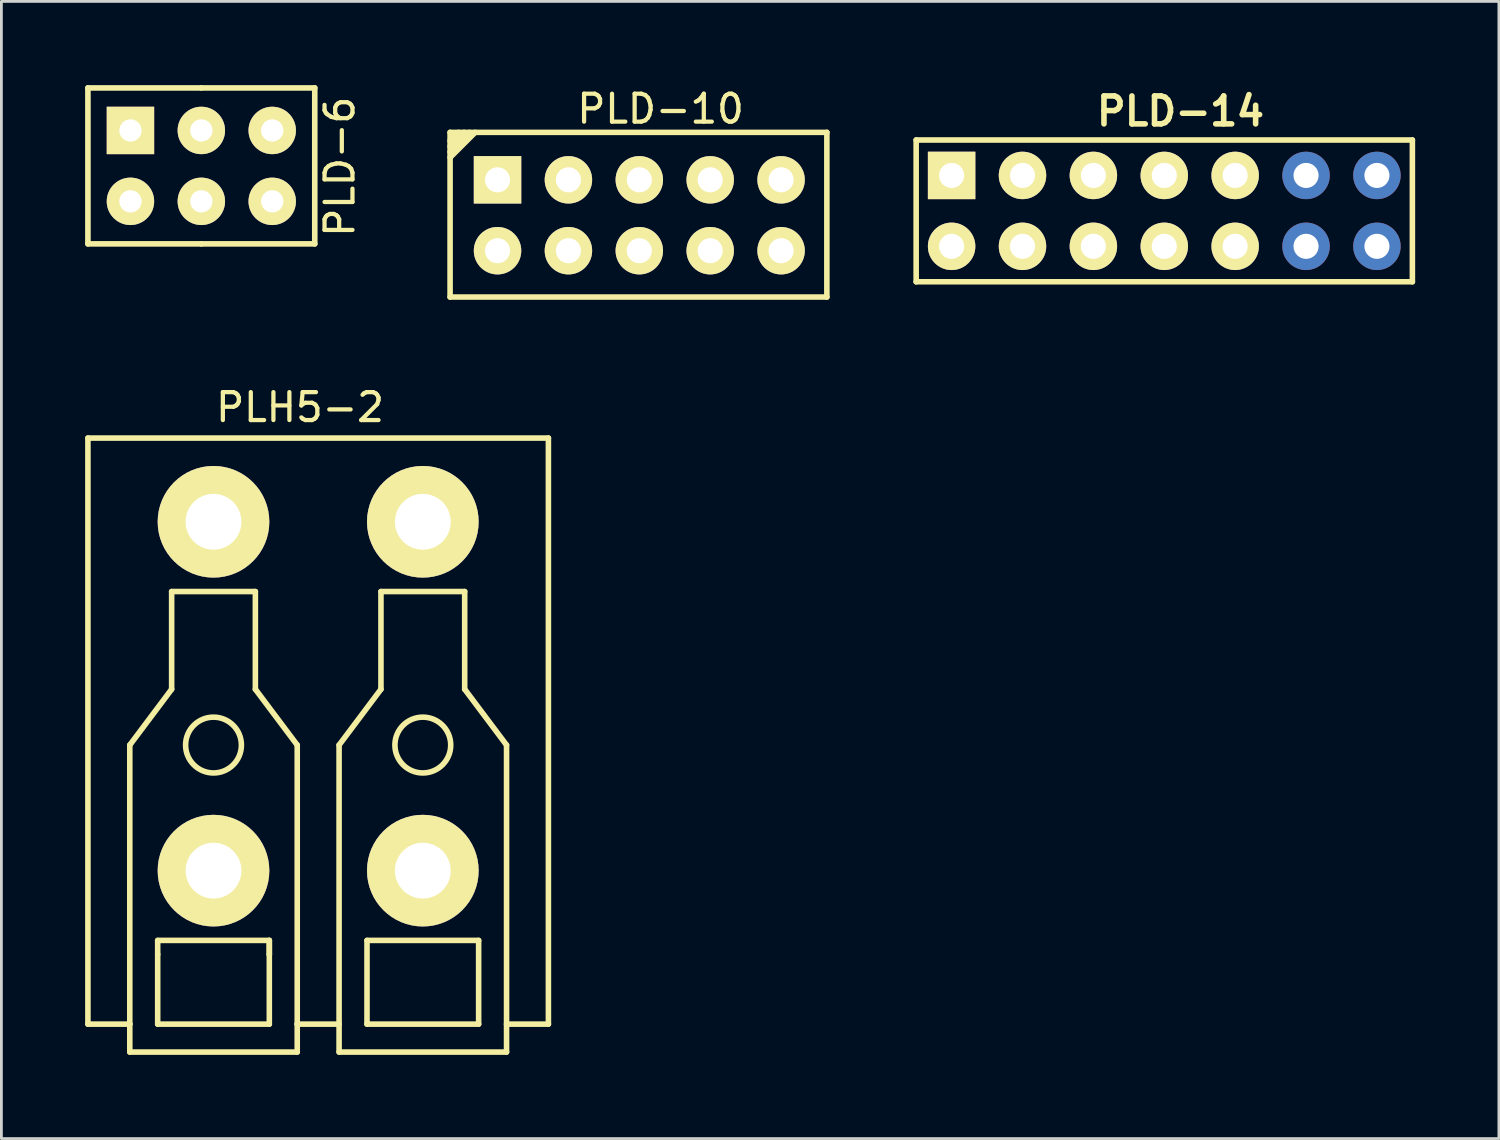
<source format=kicad_pcb>
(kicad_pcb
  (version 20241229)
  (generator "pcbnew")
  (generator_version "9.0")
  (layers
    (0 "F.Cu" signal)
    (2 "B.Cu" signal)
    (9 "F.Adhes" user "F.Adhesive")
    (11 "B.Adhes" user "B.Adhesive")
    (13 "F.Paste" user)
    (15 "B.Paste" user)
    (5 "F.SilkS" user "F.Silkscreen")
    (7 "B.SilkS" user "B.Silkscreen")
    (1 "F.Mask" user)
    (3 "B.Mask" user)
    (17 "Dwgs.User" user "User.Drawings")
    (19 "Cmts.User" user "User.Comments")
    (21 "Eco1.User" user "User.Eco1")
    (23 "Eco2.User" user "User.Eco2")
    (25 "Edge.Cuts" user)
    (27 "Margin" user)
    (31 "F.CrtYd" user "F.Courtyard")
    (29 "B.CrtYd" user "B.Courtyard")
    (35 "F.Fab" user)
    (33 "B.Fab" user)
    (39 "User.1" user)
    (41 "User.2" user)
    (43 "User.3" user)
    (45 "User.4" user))
  (footprint "PLH5-2"
    (layer "F.Cu")
    (at 4.6 15.646)
    (property "Reference" "PLH5-2" (at 3.1 -4.1 0) (layer "F.SilkS") (effects (font (size 1.001 1.001) (thickness 0.152))))
    (attr through_hole)
    (fp_line (start -4.5 -3) (end -4.5 18) (stroke (width 0.2) (type solid)) (layer "F.SilkS"))
    (fp_line (start -4.5 -3) (end 12 -3) (stroke (width 0.2) (type solid)) (layer "F.SilkS"))
    (fp_line (start -4.5 18) (end -3 18) (stroke (width 0.2) (type solid)) (layer "F.SilkS"))
    (fp_line (start -3 8) (end -1.5 6) (stroke (width 0.2) (type solid)) (layer "F.SilkS"))
    (fp_line (start -3 18) (end -3 8) (stroke (width 0.2) (type solid)) (layer "F.SilkS"))
    (fp_line (start -3 18) (end -3 19) (stroke (width 0.2) (type solid)) (layer "F.SilkS"))
    (fp_line (start -3 19) (end 3 19) (stroke (width 0.2) (type solid)) (layer "F.SilkS"))
    (fp_line (start -2 15) (end 2 15) (stroke (width 0.2) (type solid)) (layer "F.SilkS"))
    (fp_line (start -2 15.5) (end -2 15) (stroke (width 0.2) (type solid)) (layer "F.SilkS"))
    (fp_line (start -2 18) (end -2 15.5) (stroke (width 0.2) (type solid)) (layer "F.SilkS"))
    (fp_line (start -2 18) (end 2 18) (stroke (width 0.2) (type solid)) (layer "F.SilkS"))
    (fp_line (start -1.5 2.5) (end 1.5 2.5) (stroke (width 0.2) (type solid)) (layer "F.SilkS"))
    (fp_line (start -1.5 6) (end -1.5 2.5) (stroke (width 0.2) (type solid)) (layer "F.SilkS"))
    (fp_line (start 1.5 2.5) (end 1.5 6) (stroke (width 0.2) (type solid)) (layer "F.SilkS"))
    (fp_line (start 1.5 6) (end 3 8) (stroke (width 0.2) (type solid)) (layer "F.SilkS"))
    (fp_line (start 2 15) (end 2 15.5) (stroke (width 0.2) (type solid)) (layer "F.SilkS"))
    (fp_line (start 2 15.5) (end 2 15) (stroke (width 0.2) (type solid)) (layer "F.SilkS"))
    (fp_line (start 2 15.5) (end 2 18) (stroke (width 0.2) (type solid)) (layer "F.SilkS"))
    (fp_line (start 3 8) (end 3 18) (stroke (width 0.2) (type solid)) (layer "F.SilkS"))
    (fp_line (start 3 18) (end 4.5 18) (stroke (width 0.2) (type solid)) (layer "F.SilkS"))
    (fp_line (start 3 19) (end 3 18) (stroke (width 0.2) (type solid)) (layer "F.SilkS"))
    (fp_line (start 4.5 8) (end 4.5 19) (stroke (width 0.2) (type solid)) (layer "F.SilkS"))
    (fp_line (start 4.5 8) (end 6 6) (stroke (width 0.2) (type solid)) (layer "F.SilkS"))
    (fp_line (start 4.5 19) (end 10.5 19) (stroke (width 0.2) (type solid)) (layer "F.SilkS"))
    (fp_line (start 5.5 15) (end 9.5 15) (stroke (width 0.2) (type solid)) (layer "F.SilkS"))
    (fp_line (start 5.5 18) (end 5.5 15) (stroke (width 0.2) (type solid)) (layer "F.SilkS"))
    (fp_line (start 6 2.5) (end 9 2.5) (stroke (width 0.2) (type solid)) (layer "F.SilkS"))
    (fp_line (start 6 6) (end 6 2.5) (stroke (width 0.2) (type solid)) (layer "F.SilkS"))
    (fp_line (start 9 2.5) (end 9 6) (stroke (width 0.2) (type solid)) (layer "F.SilkS"))
    (fp_line (start 9 6) (end 10.5 8) (stroke (width 0.2) (type solid)) (layer "F.SilkS"))
    (fp_line (start 9.5 15) (end 9.5 18) (stroke (width 0.2) (type solid)) (layer "F.SilkS"))
    (fp_line (start 9.5 18) (end 5.5 18) (stroke (width 0.2) (type solid)) (layer "F.SilkS"))
    (fp_line (start 10.5 18) (end 12 18) (stroke (width 0.2) (type solid)) (layer "F.SilkS"))
    (fp_line (start 10.5 19) (end 10.5 8) (stroke (width 0.2) (type solid)) (layer "F.SilkS"))
    (fp_line (start 12 18) (end 12 -3) (stroke (width 0.2) (type solid)) (layer "F.SilkS"))
    (fp_circle (center 0 8) (end 1 8) (stroke (width 0.2) (type solid)) (fill no) (layer "F.SilkS"))
    (fp_circle (center 7.5 8) (end 8.5 8) (stroke (width 0.2) (type solid)) (fill no) (layer "F.SilkS"))
    (pad "1" thru_hole circle (at 0 0) (size 4 4) (drill 2) (layers "*.Cu" "*.Mask" "F.SilkS"))
    (pad "1" thru_hole circle (at 0 12.5) (size 4 4) (drill 2) (layers "*.Cu" "*.Mask" "F.SilkS"))
    (pad "2" thru_hole circle (at 7.5 0) (size 4 4) (drill 2) (layers "*.Cu" "*.Mask" "F.SilkS"))
    (pad "2" thru_hole circle (at 7.5 12.5) (size 4 4) (drill 2) (layers "*.Cu" "*.Mask" "F.SilkS")))
  (footprint "PLD-6"
    (layer "F.Cu")
    (at 1.624 1.624)
    (property "Reference" "PLD-6" (at 7.5 1.3 90) (layer "F.SilkS") (effects (font (size 1.001 1.001) (thickness 0.152))))
    (attr through_hole)
    (fp_line (start -1.524 -1.524) (end -1.524 4.064) (stroke (width 0.201) (type solid)) (layer "F.SilkS"))
    (fp_line (start 2.54 -1.524) (end -1.524 -1.524) (stroke (width 0.201) (type solid)) (layer "F.SilkS"))
    (fp_line (start 2.54 4.064) (end -1.524 4.064) (stroke (width 0.201) (type solid)) (layer "F.SilkS"))
    (fp_line (start 6.604 -1.524) (end 2.54 -1.524) (stroke (width 0.201) (type solid)) (layer "F.SilkS"))
    (fp_line (start 6.604 -1.524) (end 6.604 4.064) (stroke (width 0.201) (type solid)) (layer "F.SilkS"))
    (fp_line (start 6.604 4.064) (end 2.54 4.064) (stroke (width 0.201) (type solid)) (layer "F.SilkS"))
    (pad "1" thru_hole rect (at 0 0) (size 1.699 1.699) (drill 0.8) (layers "*.Cu" "*.Mask" "F.SilkS"))
    (pad "2" thru_hole circle (at 0 2.54) (size 1.699 1.699) (drill 0.8) (layers "*.Cu" "*.Mask" "F.SilkS"))
    (pad "3" thru_hole circle (at 2.54 0) (size 1.699 1.699) (drill 0.8) (layers "*.Cu" "*.Mask" "F.SilkS"))
    (pad "4" thru_hole circle (at 2.54 2.54) (size 1.699 1.699) (drill 0.8) (layers "*.Cu" "*.Mask" "F.SilkS"))
    (pad "5" thru_hole circle (at 5.08 0) (size 1.699 1.699) (drill 0.8) (layers "*.Cu" "*.Mask" "F.SilkS"))
    (pad "6" thru_hole circle (at 5.08 2.54) (size 1.699 1.699) (drill 0.8) (layers "*.Cu" "*.Mask" "F.SilkS")))
  (footprint "PLD-14"
    (layer "F.Cu")
    (at 31.047 3.236)
    (property "Reference" "PLD-14" (at 8.2 -2.3 0) (layer "F.SilkS") (effects (font (size 1.001 1.001) (thickness 0.2))))
    (attr through_hole)
    (fp_line (start -1.27 -1.27) (end -1.27 3.81) (stroke (width 0.2) (type solid)) (layer "F.SilkS"))
    (fp_line (start -1.27 3.81) (end 16.51 3.81) (stroke (width 0.2) (type solid)) (layer "F.SilkS"))
    (fp_line (start 16.51 -1.27) (end -1.27 -1.27) (stroke (width 0.2) (type solid)) (layer "F.SilkS"))
    (fp_line (start 16.51 3.81) (end 16.51 -1.27) (stroke (width 0.2) (type solid)) (layer "F.SilkS"))
    (pad "1" thru_hole rect (at 0 0) (size 1.7 1.7) (drill 0.9) (layers "*.Cu" "*.Mask" "F.SilkS"))
    (pad "2" thru_hole circle (at 0 2.54) (size 1.7 1.7) (drill 0.9) (layers "*.Cu" "*.Mask" "F.SilkS"))
    (pad "3" thru_hole circle (at 2.54 0) (size 1.7 1.7) (drill 0.9) (layers "*.Cu" "*.Mask" "F.SilkS"))
    (pad "4" thru_hole circle (at 2.54 2.54) (size 1.7 1.7) (drill 0.9) (layers "*.Cu" "*.Mask" "F.SilkS"))
    (pad "5" thru_hole circle (at 5.08 0) (size 1.7 1.7) (drill 0.9) (layers "*.Cu" "*.Mask" "F.SilkS"))
    (pad "6" thru_hole circle (at 5.08 2.54) (size 1.7 1.7) (drill 0.9) (layers "*.Cu" "*.Mask" "F.SilkS"))
    (pad "7" thru_hole circle (at 7.62 0) (size 1.7 1.7) (drill 0.9) (layers "*.Cu" "*.Mask" "F.SilkS"))
    (pad "8" thru_hole circle (at 7.62 2.54) (size 1.7 1.7) (drill 0.9) (layers "*.Cu" "*.Mask" "F.SilkS"))
    (pad "9" thru_hole circle (at 10.16 0) (size 1.7 1.7) (drill 0.9) (layers "*.Cu" "*.Mask" "F.SilkS"))
    (pad "10" thru_hole circle (at 10.16 2.54) (size 1.7 1.7) (drill 0.9) (layers "*.Cu" "*.Mask" "F.SilkS"))
    (pad "11" thru_hole circle (at 12.7 0) (size 1.7 1.7) (drill 0.9) (layers "*.Cu" "*.Mask"))
    (pad "12" thru_hole circle (at 12.7 2.54) (size 1.7 1.7) (drill 0.9) (layers "*.Cu" "*.Mask"))
    (pad "13" thru_hole circle (at 15.24 0) (size 1.7 1.7) (drill 0.9) (layers "*.Cu" "*.Mask"))
    (pad "14" thru_hole circle (at 15.24 2.54) (size 1.7 1.7) (drill 0.9) (layers "*.Cu" "*.Mask")))
  (footprint "PLD-10"
    (layer "F.Cu")
    (at 14.777 3.393)
    (property "Reference" "PLD-10" (at 5.842 -2.54 180) (layer "F.SilkS") (effects (font (size 1.001 1.001) (thickness 0.152))))
    (attr through_hole)
    (fp_line (start -1.7 -1.7) (end 11.8 -1.7) (stroke (width 0.2) (type solid)) (layer "F.SilkS"))
    (fp_line (start -1.7 -1.4) (end -1.4 -1.7) (stroke (width 0.2) (type solid)) (layer "F.SilkS"))
    (fp_line (start -1.7 -1.2) (end -1.2 -1.7) (stroke (width 0.2) (type solid)) (layer "F.SilkS"))
    (fp_line (start -1.7 -1) (end -1 -1.7) (stroke (width 0.2) (type solid)) (layer "F.SilkS"))
    (fp_line (start -1.7 -0.8) (end -0.8 -1.7) (stroke (width 0.2) (type solid)) (layer "F.SilkS"))
    (fp_line (start -1.7 4.2) (end -1.7 -1.7) (stroke (width 0.2) (type solid)) (layer "F.SilkS"))
    (fp_line (start 11.8 -1.7) (end 11.8 4.2) (stroke (width 0.2) (type solid)) (layer "F.SilkS"))
    (fp_line (start 11.8 4.2) (end -1.7 4.2) (stroke (width 0.2) (type solid)) (layer "F.SilkS"))
    (pad "1" thru_hole rect (at 0 0) (size 1.7 1.7) (drill 0.9) (layers "*.Cu" "*.Mask" "F.SilkS"))
    (pad "2" thru_hole circle (at 0 2.54) (size 1.7 1.7) (drill 0.9) (layers "*.Cu" "*.Mask" "F.SilkS"))
    (pad "3" thru_hole circle (at 2.54 0) (size 1.7 1.7) (drill 0.9) (layers "*.Cu" "*.Mask" "F.SilkS"))
    (pad "4" thru_hole circle (at 2.54 2.54) (size 1.7 1.7) (drill 0.9) (layers "*.Cu" "*.Mask" "F.SilkS"))
    (pad "5" thru_hole circle (at 5.08 0) (size 1.7 1.7) (drill 0.9) (layers "*.Cu" "*.Mask" "F.SilkS"))
    (pad "6" thru_hole circle (at 5.08 2.54) (size 1.7 1.7) (drill 0.9) (layers "*.Cu" "*.Mask" "F.SilkS"))
    (pad "7" thru_hole circle (at 7.62 0) (size 1.7 1.7) (drill 0.9) (layers "*.Cu" "*.Mask" "F.SilkS"))
    (pad "8" thru_hole circle (at 7.62 2.54) (size 1.7 1.7) (drill 0.9) (layers "*.Cu" "*.Mask" "F.SilkS"))
    (pad "9" thru_hole circle (at 10.16 0) (size 1.7 1.7) (drill 0.9) (layers "*.Cu" "*.Mask" "F.SilkS"))
    (pad "10" thru_hole circle (at 10.16 2.54) (size 1.7 1.7) (drill 0.9) (layers "*.Cu" "*.Mask" "F.SilkS")))
  (gr_rect
    (start -3 -3)
    (end 50.657 37.746)
    (stroke (width 0.1) (type default))
    (fill no)
    (layer "Edge.Cuts")))
</source>
